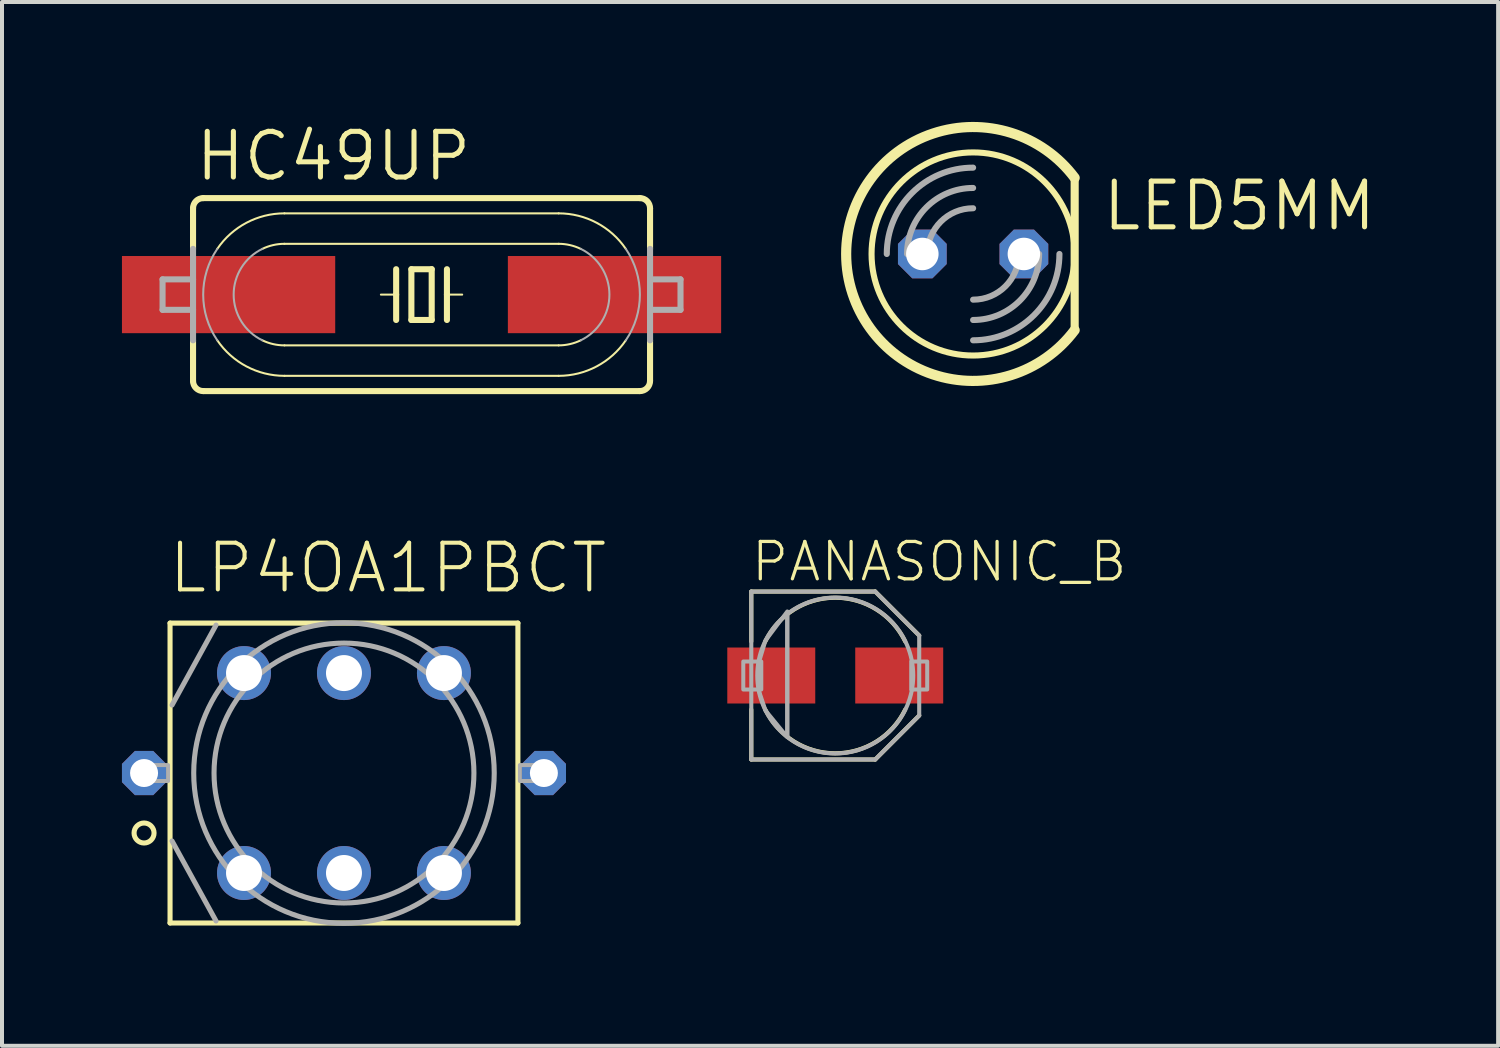
<source format=kicad_pcb>
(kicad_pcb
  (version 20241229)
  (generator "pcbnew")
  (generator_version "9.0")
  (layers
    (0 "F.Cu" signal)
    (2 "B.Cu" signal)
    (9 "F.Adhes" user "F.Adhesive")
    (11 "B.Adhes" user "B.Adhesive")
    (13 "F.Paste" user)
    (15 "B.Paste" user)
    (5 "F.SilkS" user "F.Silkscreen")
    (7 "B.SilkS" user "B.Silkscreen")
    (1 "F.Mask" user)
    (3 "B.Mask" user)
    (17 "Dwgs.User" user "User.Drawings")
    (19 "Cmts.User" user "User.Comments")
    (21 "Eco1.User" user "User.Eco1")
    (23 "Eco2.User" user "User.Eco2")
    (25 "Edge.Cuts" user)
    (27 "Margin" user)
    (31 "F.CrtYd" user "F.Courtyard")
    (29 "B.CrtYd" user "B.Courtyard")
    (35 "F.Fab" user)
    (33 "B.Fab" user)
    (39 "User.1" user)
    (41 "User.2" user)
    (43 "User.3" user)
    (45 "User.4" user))
  (footprint "LP4OA1PBCT"
    (layer "F.Cu")
    (at 5.553 16.284)
    (property "Reference" "LP4OA1PBCT" (at -4.445 -4.445 0) (layer "F.SilkS") (effects (font (size 1.168 1.168) (thickness 0.102)) (justify left bottom)))
    (fp_line (start -4.35 -3.75) (end 4.35 -3.75) (stroke (width 0.127) (type solid)) (layer "F.SilkS"))
    (fp_line (start -4.35 3.75) (end -4.35 -3.75) (stroke (width 0.127) (type solid)) (layer "F.SilkS"))
    (fp_line (start -4.35 3.75) (end 4.35 3.75) (stroke (width 0.127) (type solid)) (layer "F.SilkS"))
    (fp_line (start 4.35 3.75) (end 4.35 -3.75) (stroke (width 0.127) (type solid)) (layer "F.SilkS"))
    (fp_circle (center -5 1.5) (end -4.75 1.5) (stroke (width 0.127) (type solid)) (fill no) (layer "F.SilkS"))
    (fp_line (start -4.3 1.7) (end -3.2 3.7) (stroke (width 0.127) (type solid)) (layer "F.Fab"))
    (fp_line (start -3.2 -3.7) (end -4.3 -1.7) (stroke (width 0.127) (type solid)) (layer "F.Fab"))
    (fp_circle (center 0 0) (end 3.25 0) (stroke (width 0.127) (type solid)) (fill no) (layer "F.Fab"))
    (fp_circle (center 0 0) (end 3.758 0) (stroke (width 0.127) (type solid)) (fill no) (layer "F.Fab"))
    (fp_poly (pts (xy -5 0.2) (xy -4.4 0.2) (xy -4.4 -0.2) (xy -5 -0.2)) (stroke (width 0.1) (type solid)) (fill no) (layer "F.Fab"))
    (fp_poly (pts (xy 4.4 0.2) (xy 5 0.2) (xy 5 -0.2) (xy 4.4 -0.2)) (stroke (width 0.1) (type solid)) (fill no) (layer "F.Fab"))
    (pad "L1" thru_hole roundrect (at 5 0) (size 1.106 1.106) (drill 0.7) (layers "*.Cu" "*.Mask") (roundrect_rratio 0.25) (chamfer_ratio 0.293) (chamfer top_left top_right bottom_left bottom_right))
    (pad "L2" thru_hole roundrect (at -5 0) (size 1.106 1.106) (drill 0.7) (layers "*.Cu" "*.Mask") (roundrect_rratio 0.25) (chamfer_ratio 0.293) (chamfer top_left top_right bottom_left bottom_right))
    (pad "P1" thru_hole circle (at 2.5 -2.5) (size 1.35 1.35) (drill 0.9) (layers "*.Cu" "*.Mask"))
    (pad "P2" thru_hole circle (at 0 -2.5) (size 1.35 1.35) (drill 0.9) (layers "*.Cu" "*.Mask"))
    (pad "P3" thru_hole circle (at -2.5 -2.5) (size 1.35 1.35) (drill 0.9) (layers "*.Cu" "*.Mask"))
    (pad "P4" thru_hole circle (at 2.5 2.5) (size 1.35 1.35) (drill 0.9) (layers "*.Cu" "*.Mask"))
    (pad "P5" thru_hole circle (at 0 2.5) (size 1.35 1.35) (drill 0.9) (layers "*.Cu" "*.Mask"))
    (pad "P6" thru_hole circle (at -2.5 2.5) (size 1.35 1.35) (drill 0.9) (layers "*.Cu" "*.Mask")))
  (footprint "LED5MM"
    (layer "F.Cu")
    (at 21.288 3.302)
    (property "Reference" "LED5MM" (at 3.175 -0.533 0) (layer "F.SilkS") (effects (font (size 1.143 1.143) (thickness 0.127)) (justify left bottom)))
    (fp_line (start 2.54 1.905) (end 2.54 -1.905) (stroke (width 0.203) (type solid)) (layer "F.SilkS"))
    (fp_arc (start 2.54 1.905) (mid -3.175 0) (end 2.54 -1.905) (stroke (width 0.254) (type solid)) (layer "F.SilkS"))
    (fp_circle (center 0 0) (end 2.54 0) (stroke (width 0.152) (type solid)) (fill no) (layer "F.SilkS"))
    (fp_arc (start -2.159 0) (mid -1.526644 -1.526644) (end 0 -2.159) (stroke (width 0.1524) (type solid)) (layer "F.Fab"))
    (fp_arc (start -1.651 0) (mid -1.167433 -1.167433) (end 0 -1.651) (stroke (width 0.1524) (type solid)) (layer "F.Fab"))
    (fp_arc (start -1.143 0) (mid -0.808223 -0.808223) (end 0 -1.143) (stroke (width 0.1524) (type solid)) (layer "F.Fab"))
    (fp_arc (start 1.143 0) (mid 0.808223 0.808223) (end 0 1.143) (stroke (width 0.1524) (type solid)) (layer "F.Fab"))
    (fp_arc (start 1.651 0) (mid 1.167433 1.167433) (end 0 1.651) (stroke (width 0.1524) (type solid)) (layer "F.Fab"))
    (fp_arc (start 2.159 0) (mid 1.526644 1.526644) (end 0 2.159) (stroke (width 0.1524) (type solid)) (layer "F.Fab"))
    (pad "A" thru_hole roundrect (at -1.27 0) (size 1.219 1.219) (drill 0.813) (layers "*.Cu" "*.Mask") (roundrect_rratio 0.25) (chamfer_ratio 0.293) (chamfer top_left top_right bottom_left bottom_right))
    (pad "K" thru_hole roundrect (at 1.27 0) (size 1.219 1.219) (drill 0.813) (layers "*.Cu" "*.Mask") (roundrect_rratio 0.25) (chamfer_ratio 0.293) (chamfer top_left top_right bottom_left bottom_right)))
  (footprint "PANASONIC_B"
    (layer "F.Cu")
    (at 17.84 13.845)
    (property "Reference" "PANASONIC_B" (at -2.15 -2.3 0) (layer "F.SilkS") (effects (font (size 0.935 0.935) (thickness 0.081)) (justify left bottom)))
    (fp_line (start -2.1 -2.1) (end 1 -2.1) (stroke (width 0.102) (type solid)) (layer "F.SilkS"))
    (fp_line (start -2.1 -0.85) (end -2.1 -2.1) (stroke (width 0.102) (type solid)) (layer "F.SilkS"))
    (fp_line (start -2.1 2.1) (end -2.1 0.85) (stroke (width 0.102) (type solid)) (layer "F.SilkS"))
    (fp_line (start 1 -2.1) (end 2.1 -1) (stroke (width 0.102) (type solid)) (layer "F.SilkS"))
    (fp_line (start 1 2.1) (end -2.1 2.1) (stroke (width 0.102) (type solid)) (layer "F.SilkS"))
    (fp_line (start 2.1 1) (end 1 2.1) (stroke (width 0.102) (type solid)) (layer "F.SilkS"))
    (fp_arc (start -1.75 -0.85) (mid 0 -1.945508) (end 1.75 -0.85) (stroke (width 0.1016) (type solid)) (layer "F.SilkS"))
    (fp_arc (start 1.75 0.85) (mid 0 1.945508) (end -1.75 0.85) (stroke (width 0.1016) (type solid)) (layer "F.SilkS"))
    (fp_line (start -2.1 -2.1) (end 1 -2.1) (stroke (width 0.102) (type solid)) (layer "F.Fab"))
    (fp_line (start -2.1 2.1) (end -2.1 -2.1) (stroke (width 0.102) (type solid)) (layer "F.Fab"))
    (fp_line (start -1.2 -1.5) (end -1.2 1.5) (stroke (width 0.102) (type solid)) (layer "F.Fab"))
    (fp_line (start 1 -2.1) (end 2.1 -1) (stroke (width 0.102) (type solid)) (layer "F.Fab"))
    (fp_line (start 1 2.1) (end -2.1 2.1) (stroke (width 0.102) (type solid)) (layer "F.Fab"))
    (fp_line (start 2.1 -1) (end 2.1 1) (stroke (width 0.102) (type solid)) (layer "F.Fab"))
    (fp_line (start 2.1 1) (end 1 2.1) (stroke (width 0.102) (type solid)) (layer "F.Fab"))
    (fp_circle (center 0 0) (end 1.95 0) (stroke (width 0.102) (type solid)) (fill no) (layer "F.Fab"))
    (fp_poly (pts (xy -2.3 0.35) (xy -1.85 0.35) (xy -1.85 -0.35) (xy -2.3 -0.35)) (stroke (width 0.1) (type solid)) (fill no) (layer "F.Fab"))
    (fp_poly (pts (xy 1.9 0.35) (xy 2.3 0.35) (xy 2.3 -0.35) (xy 1.9 -0.35)) (stroke (width 0.1) (type solid)) (fill no) (layer "F.Fab"))
    (fp_poly (pts (xy -1.199 1.542) (xy -1.745 0.875) (xy -1.901 0.408) (xy -1.901 -0.357) (xy -1.746 -0.873) (xy -1.199 -1.602)) (stroke (width 0.1) (type solid)) (fill no) (layer "F.Fab"))
    (pad "+" smd rect (at 1.6 0) (size 2.2 1.4) (layers "F.Cu" "F.Mask" "F.Paste"))
    (pad "-" smd rect (at -1.6 0) (size 2.2 1.4) (layers "F.Cu" "F.Mask" "F.Paste")))
  (footprint "HC49UP"
    (layer "F.Cu")
    (at 7.493 4.318)
    (property "Reference" "HC49UP" (at -5.715 -2.794 0) (layer "F.SilkS") (effects (font (size 1.143 1.143) (thickness 0.127)) (justify left bottom)))
    (fp_line (start -5.715 -1.143) (end -5.715 -2.159) (stroke (width 0.152) (type solid)) (layer "F.SilkS"))
    (fp_line (start -5.715 2.159) (end -5.715 1.143) (stroke (width 0.152) (type solid)) (layer "F.SilkS"))
    (fp_line (start -3.429 -2.032) (end 3.429 -2.032) (stroke (width 0.051) (type solid)) (layer "F.SilkS"))
    (fp_line (start -3.429 -1.27) (end 3.429 -1.27) (stroke (width 0.051) (type solid)) (layer "F.SilkS"))
    (fp_line (start -0.635 -0.635) (end -0.635 0) (stroke (width 0.152) (type solid)) (layer "F.SilkS"))
    (fp_line (start -0.635 0) (end -1.016 0) (stroke (width 0.051) (type solid)) (layer "F.SilkS"))
    (fp_line (start -0.635 0) (end -0.635 0.635) (stroke (width 0.152) (type solid)) (layer "F.SilkS"))
    (fp_line (start -0.254 -0.635) (end -0.254 0.635) (stroke (width 0.152) (type solid)) (layer "F.SilkS"))
    (fp_line (start -0.254 0.635) (end 0.254 0.635) (stroke (width 0.152) (type solid)) (layer "F.SilkS"))
    (fp_line (start 0.254 -0.635) (end -0.254 -0.635) (stroke (width 0.152) (type solid)) (layer "F.SilkS"))
    (fp_line (start 0.254 0.635) (end 0.254 -0.635) (stroke (width 0.152) (type solid)) (layer "F.SilkS"))
    (fp_line (start 0.635 -0.635) (end 0.635 0) (stroke (width 0.152) (type solid)) (layer "F.SilkS"))
    (fp_line (start 0.635 0) (end 0.635 0.635) (stroke (width 0.152) (type solid)) (layer "F.SilkS"))
    (fp_line (start 0.635 0) (end 1.016 0) (stroke (width 0.051) (type solid)) (layer "F.SilkS"))
    (fp_line (start 3.429 1.27) (end -3.429 1.27) (stroke (width 0.051) (type solid)) (layer "F.SilkS"))
    (fp_line (start 3.429 2.032) (end -3.429 2.032) (stroke (width 0.051) (type solid)) (layer "F.SilkS"))
    (fp_line (start 5.461 -2.413) (end -5.461 -2.413) (stroke (width 0.152) (type solid)) (layer "F.SilkS"))
    (fp_line (start 5.461 2.413) (end -5.461 2.413) (stroke (width 0.152) (type solid)) (layer "F.SilkS"))
    (fp_line (start 5.715 -1.143) (end 5.715 -2.159) (stroke (width 0.152) (type solid)) (layer "F.SilkS"))
    (fp_line (start 5.715 2.159) (end 5.715 1.143) (stroke (width 0.152) (type solid)) (layer "F.SilkS"))
    (fp_arc (start -5.715 -2.159) (mid -5.640605 -2.338605) (end -5.461 -2.413) (stroke (width 0.1524) (type solid)) (layer "F.SilkS"))
    (fp_arc (start -5.461 2.413) (mid -5.640605 2.338605) (end -5.715 2.159) (stroke (width 0.1524) (type solid)) (layer "F.SilkS"))
    (fp_arc (start -5.1091 -1.143) (mid -4.379417 -1.796107) (end -3.429 -2.032101) (stroke (width 0.0508) (type solid)) (layer "F.SilkS"))
    (fp_arc (start -3.9826 -1.143) (mid -3.712991 -1.237845) (end -3.429 -1.27) (stroke (width 0.0508) (type solid)) (layer "F.SilkS"))
    (fp_arc (start -3.429 1.27) (mid -3.712991 1.237845) (end -3.9826 1.143) (stroke (width 0.0508) (type solid)) (layer "F.SilkS"))
    (fp_arc (start -3.429 2.032001) (mid -4.379408 1.796063) (end -5.1091 1.143) (stroke (width 0.0508) (type solid)) (layer "F.SilkS"))
    (fp_arc (start 3.429 -2.032) (mid 4.379408 -1.796062) (end 5.1091 -1.142999) (stroke (width 0.0508) (type solid)) (layer "F.SilkS"))
    (fp_arc (start 3.429 -1.27) (mid 3.712991 -1.237845) (end 3.9826 -1.143) (stroke (width 0.0508) (type solid)) (layer "F.SilkS"))
    (fp_arc (start 3.9826 1.143) (mid 3.712991 1.237845) (end 3.429 1.27) (stroke (width 0.0508) (type solid)) (layer "F.SilkS"))
    (fp_arc (start 5.109 1.142899) (mid 4.379368 1.795994) (end 3.429 2.032) (stroke (width 0.0508) (type solid)) (layer "F.SilkS"))
    (fp_arc (start 5.461 -2.413) (mid 5.640605 -2.338605) (end 5.715 -2.159) (stroke (width 0.1524) (type solid)) (layer "F.SilkS"))
    (fp_arc (start 5.715 2.159) (mid 5.640605 2.338605) (end 5.461 2.413) (stroke (width 0.1524) (type solid)) (layer "F.SilkS"))
    (fp_line (start -6.477 0.381) (end -6.477 -0.381) (stroke (width 0.152) (type solid)) (layer "F.Fab"))
    (fp_line (start -5.715 -0.381) (end -6.477 -0.381) (stroke (width 0.152) (type solid)) (layer "F.Fab"))
    (fp_line (start -5.715 -0.381) (end -5.715 -1.143) (stroke (width 0.152) (type solid)) (layer "F.Fab"))
    (fp_line (start -5.715 0.381) (end -6.477 0.381) (stroke (width 0.152) (type solid)) (layer "F.Fab"))
    (fp_line (start -5.715 0.381) (end -5.715 -0.381) (stroke (width 0.152) (type solid)) (layer "F.Fab"))
    (fp_line (start -5.715 1.143) (end -5.715 0.381) (stroke (width 0.152) (type solid)) (layer "F.Fab"))
    (fp_line (start 5.715 -0.381) (end 6.477 -0.381) (stroke (width 0.152) (type solid)) (layer "F.Fab"))
    (fp_line (start 5.715 0.381) (end 6.477 0.381) (stroke (width 0.152) (type solid)) (layer "F.Fab"))
    (fp_line (start 5.715 1.143) (end 5.715 -1.143) (stroke (width 0.152) (type solid)) (layer "F.Fab"))
    (fp_line (start 6.477 0.381) (end 6.477 -0.381) (stroke (width 0.152) (type solid)) (layer "F.Fab"))
    (fp_arc (start -5.1091 1.143) (mid -5.46104 0) (end -5.1091 -1.143) (stroke (width 0.0508) (type solid)) (layer "F.Fab"))
    (fp_arc (start -3.9826 1.143) (mid -4.699009 0) (end -3.9826 -1.143) (stroke (width 0.0508) (type solid)) (layer "F.Fab"))
    (fp_arc (start 3.9826 -1.143) (mid 4.699009 0) (end 3.9826 1.143) (stroke (width 0.0508) (type solid)) (layer "F.Fab"))
    (fp_arc (start 5.1091 -1.143) (mid 5.46104 0) (end 5.1091 1.143) (stroke (width 0.0508) (type solid)) (layer "F.Fab"))
    (pad "1" smd rect (at -4.826 0) (size 5.334 1.93) (layers "F.Cu" "F.Mask" "F.Paste"))
    (pad "2" smd rect (at 4.826 0) (size 5.334 1.93) (layers "F.Cu" "F.Mask" "F.Paste"))
    (zone (net_name "") (layers "F.Cu" "B.Cu") (hatch edge 0.508) (connect_pads) (min_thickness 0.254) (filled_areas_thickness no) (keepout (tracks allowed) (vias not_allowed) (pads allowed) (copperpour allowed) (footprints allowed)) (placement (enabled no)) (fill) (polygon (pts (xy 0.889 7.366) (xy 14.097 7.366) (xy 14.097 1.27) (xy 0.889 1.27)))))
  (gr_rect
    (start -3 -3)
    (end 34.419 23.106)
    (stroke (width 0.1) (type default))
    (fill no)
    (layer "Edge.Cuts")))
</source>
